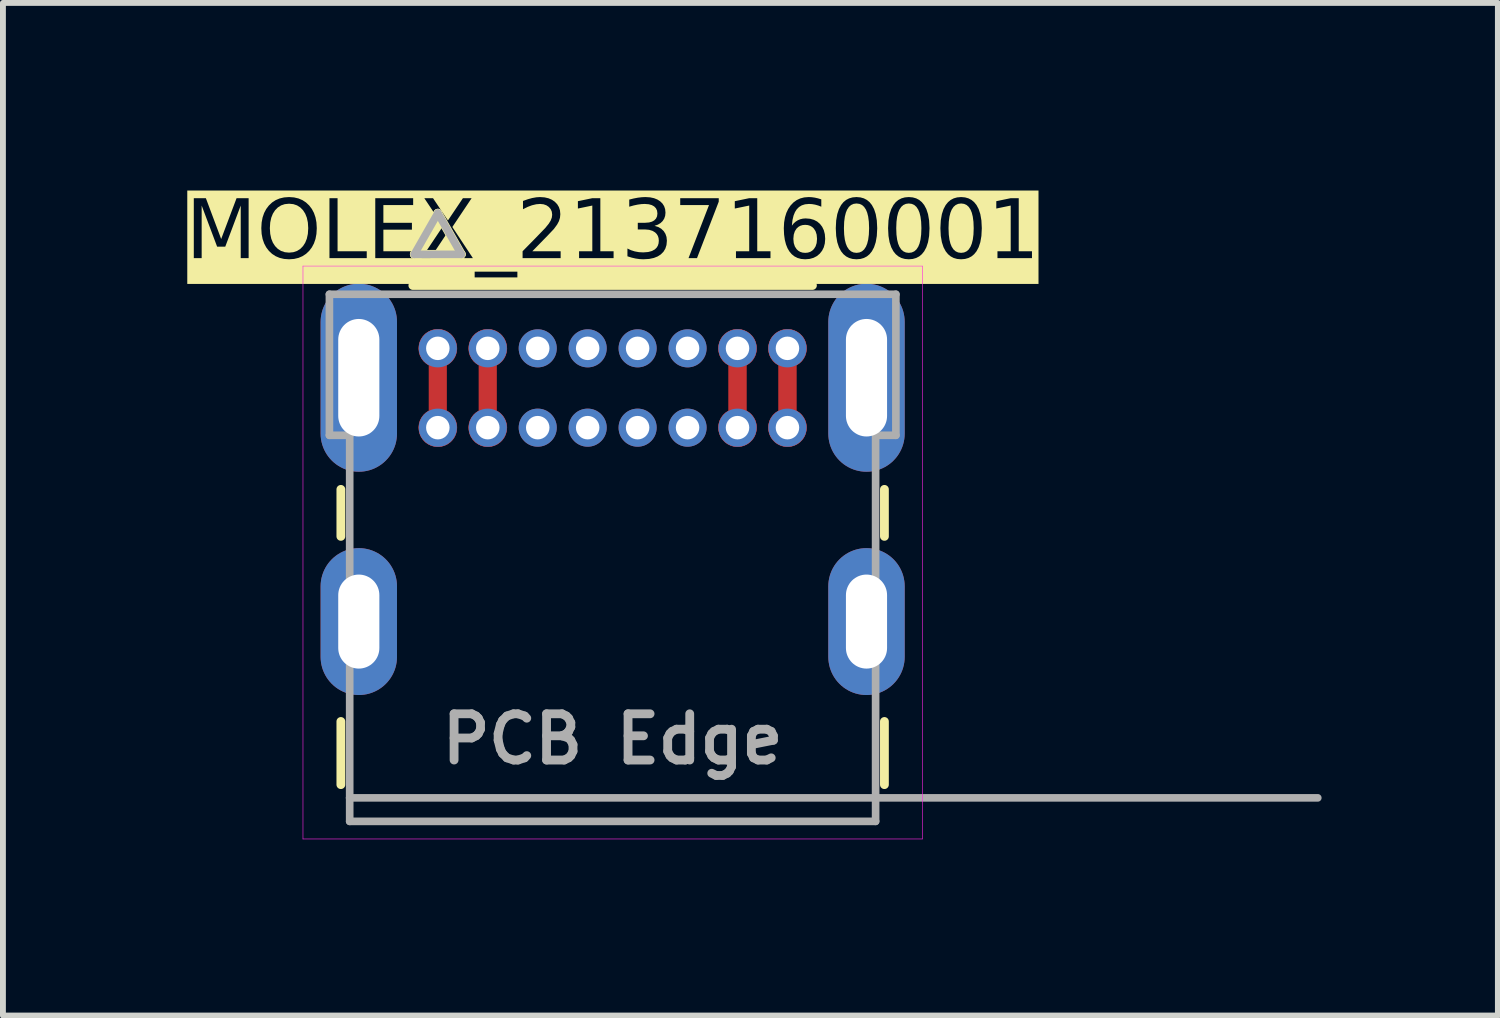
<source format=kicad_pcb>
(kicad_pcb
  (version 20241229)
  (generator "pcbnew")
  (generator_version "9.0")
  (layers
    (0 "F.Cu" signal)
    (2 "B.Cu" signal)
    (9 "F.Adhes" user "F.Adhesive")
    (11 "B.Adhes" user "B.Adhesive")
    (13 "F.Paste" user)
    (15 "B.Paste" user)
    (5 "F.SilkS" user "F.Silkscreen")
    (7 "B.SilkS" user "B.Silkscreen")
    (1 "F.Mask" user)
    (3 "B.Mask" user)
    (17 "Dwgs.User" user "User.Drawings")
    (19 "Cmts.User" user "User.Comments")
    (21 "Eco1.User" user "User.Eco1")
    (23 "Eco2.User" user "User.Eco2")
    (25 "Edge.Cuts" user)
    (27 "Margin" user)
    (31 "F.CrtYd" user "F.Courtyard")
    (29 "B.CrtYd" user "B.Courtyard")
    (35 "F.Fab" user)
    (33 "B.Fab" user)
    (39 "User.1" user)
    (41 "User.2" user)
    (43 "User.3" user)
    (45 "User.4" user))
  (footprint "MOLEX_2137160001"
    (layer "F.Cu")
    (at 7.376 10.528)
    (property "Reference" "MOLEX_2137160001" (at 0 -9.6 0) (layer "F.SilkS" knockout) (effects (font (face "Futura") (size 1 1) (thickness 0.15))))
    (attr through_hole)
    (fp_poly (pts (xy -2.825 -6.587) (xy -2.775 -6.555) (xy -2.733 -6.516) (xy -2.699 -6.47) (xy -2.673 -6.419) (xy -2.657 -6.364) (xy -2.651 -6.307) (xy -2.655 -6.25) (xy -2.669 -6.194) (xy -2.692 -6.142) (xy -2.724 -6.095) (xy -2.764 -6.054) (xy -2.811 -6.021) (xy -2.863 -5.996) (xy -2.918 -5.981) (xy -2.975 -5.976) (xy -3.032 -5.981) (xy -3.087 -5.996) (xy -3.139 -6.021) (xy -3.186 -6.054) (xy -3.226 -6.095) (xy -3.258 -6.142) (xy -3.281 -6.194) (xy -3.295 -6.25) (xy -3.299 -6.307) (xy -3.293 -6.364) (xy -3.277 -6.419) (xy -3.251 -6.47) (xy -3.217 -6.516) (xy -3.175 -6.555) (xy -3.125 -6.587) (xy -3.125 -7.363) (xy -3.175 -7.395) (xy -3.217 -7.434) (xy -3.251 -7.48) (xy -3.277 -7.531) (xy -3.293 -7.586) (xy -3.299 -7.643) (xy -3.295 -7.7) (xy -3.281 -7.756) (xy -3.258 -7.808) (xy -3.226 -7.855) (xy -3.186 -7.896) (xy -3.139 -7.929) (xy -3.087 -7.954) (xy -3.032 -7.969) (xy -2.975 -7.974) (xy -2.918 -7.969) (xy -2.863 -7.954) (xy -2.811 -7.929) (xy -2.764 -7.896) (xy -2.724 -7.855) (xy -2.692 -7.808) (xy -2.669 -7.756) (xy -2.655 -7.7) (xy -2.651 -7.643) (xy -2.657 -7.586) (xy -2.673 -7.531) (xy -2.699 -7.48) (xy -2.733 -7.434) (xy -2.775 -7.395) (xy -2.825 -7.363) (xy -2.825 -6.587) (xy -2.825 -6.587)) (stroke (width 0.01) (type solid)) (fill yes) (layer "F.Cu"))
    (fp_poly (pts (xy -1.975 -6.587) (xy -1.925 -6.555) (xy -1.883 -6.516) (xy -1.849 -6.47) (xy -1.823 -6.419) (xy -1.807 -6.364) (xy -1.801 -6.307) (xy -1.805 -6.25) (xy -1.819 -6.194) (xy -1.842 -6.142) (xy -1.874 -6.095) (xy -1.914 -6.054) (xy -1.961 -6.021) (xy -2.013 -5.996) (xy -2.068 -5.981) (xy -2.125 -5.976) (xy -2.182 -5.981) (xy -2.237 -5.996) (xy -2.289 -6.021) (xy -2.336 -6.054) (xy -2.376 -6.095) (xy -2.408 -6.142) (xy -2.431 -6.194) (xy -2.445 -6.25) (xy -2.449 -6.307) (xy -2.443 -6.364) (xy -2.427 -6.419) (xy -2.401 -6.47) (xy -2.367 -6.516) (xy -2.325 -6.555) (xy -2.275 -6.587) (xy -2.275 -7.363) (xy -2.325 -7.395) (xy -2.367 -7.434) (xy -2.401 -7.48) (xy -2.427 -7.531) (xy -2.443 -7.586) (xy -2.449 -7.643) (xy -2.445 -7.7) (xy -2.431 -7.756) (xy -2.408 -7.808) (xy -2.376 -7.855) (xy -2.336 -7.896) (xy -2.289 -7.929) (xy -2.237 -7.954) (xy -2.182 -7.969) (xy -2.125 -7.974) (xy -2.068 -7.969) (xy -2.013 -7.954) (xy -1.961 -7.929) (xy -1.914 -7.896) (xy -1.874 -7.855) (xy -1.842 -7.808) (xy -1.819 -7.756) (xy -1.805 -7.7) (xy -1.801 -7.643) (xy -1.807 -7.586) (xy -1.823 -7.531) (xy -1.849 -7.48) (xy -1.883 -7.434) (xy -1.925 -7.395) (xy -1.975 -7.363) (xy -1.975 -6.587) (xy -1.975 -6.587)) (stroke (width 0.01) (type solid)) (fill yes) (layer "F.Cu"))
    (fp_poly (pts (xy 1.975 -7.363) (xy 1.975 -6.587) (xy 1.925 -6.555) (xy 1.883 -6.516) (xy 1.849 -6.47) (xy 1.823 -6.419) (xy 1.807 -6.364) (xy 1.801 -6.307) (xy 1.805 -6.25) (xy 1.819 -6.194) (xy 1.842 -6.142) (xy 1.874 -6.095) (xy 1.914 -6.054) (xy 1.961 -6.021) (xy 2.013 -5.996) (xy 2.068 -5.981) (xy 2.125 -5.976) (xy 2.182 -5.981) (xy 2.237 -5.996) (xy 2.289 -6.021) (xy 2.336 -6.054) (xy 2.376 -6.095) (xy 2.408 -6.142) (xy 2.431 -6.194) (xy 2.445 -6.25) (xy 2.449 -6.307) (xy 2.443 -6.364) (xy 2.427 -6.419) (xy 2.401 -6.47) (xy 2.367 -6.516) (xy 2.325 -6.555) (xy 2.275 -6.587) (xy 2.275 -7.363) (xy 2.325 -7.395) (xy 2.367 -7.434) (xy 2.401 -7.48) (xy 2.427 -7.531) (xy 2.443 -7.586) (xy 2.449 -7.643) (xy 2.445 -7.7) (xy 2.431 -7.756) (xy 2.408 -7.808) (xy 2.376 -7.855) (xy 2.336 -7.896) (xy 2.289 -7.929) (xy 2.237 -7.954) (xy 2.182 -7.969) (xy 2.125 -7.974) (xy 2.068 -7.969) (xy 2.013 -7.954) (xy 1.961 -7.929) (xy 1.914 -7.896) (xy 1.874 -7.855) (xy 1.842 -7.808) (xy 1.819 -7.756) (xy 1.805 -7.7) (xy 1.801 -7.643) (xy 1.807 -7.586) (xy 1.823 -7.531) (xy 1.849 -7.48) (xy 1.883 -7.434) (xy 1.925 -7.395) (xy 1.975 -7.363) (xy 1.975 -7.363)) (stroke (width 0.01) (type solid)) (fill yes) (layer "F.Cu"))
    (fp_poly (pts (xy 3.125 -6.587) (xy 3.175 -6.555) (xy 3.217 -6.516) (xy 3.251 -6.47) (xy 3.277 -6.419) (xy 3.293 -6.364) (xy 3.299 -6.307) (xy 3.295 -6.25) (xy 3.281 -6.194) (xy 3.258 -6.142) (xy 3.226 -6.095) (xy 3.186 -6.054) (xy 3.139 -6.021) (xy 3.087 -5.996) (xy 3.032 -5.981) (xy 2.975 -5.976) (xy 2.918 -5.981) (xy 2.863 -5.996) (xy 2.811 -6.021) (xy 2.764 -6.054) (xy 2.724 -6.095) (xy 2.692 -6.142) (xy 2.669 -6.194) (xy 2.655 -6.25) (xy 2.651 -6.307) (xy 2.657 -6.364) (xy 2.673 -6.419) (xy 2.699 -6.47) (xy 2.733 -6.516) (xy 2.775 -6.555) (xy 2.825 -6.587) (xy 2.825 -7.363) (xy 2.775 -7.395) (xy 2.733 -7.434) (xy 2.699 -7.48) (xy 2.673 -7.531) (xy 2.657 -7.586) (xy 2.651 -7.643) (xy 2.655 -7.7) (xy 2.669 -7.756) (xy 2.692 -7.808) (xy 2.724 -7.855) (xy 2.764 -7.896) (xy 2.811 -7.929) (xy 2.863 -7.954) (xy 2.918 -7.969) (xy 2.975 -7.974) (xy 3.032 -7.969) (xy 3.087 -7.954) (xy 3.139 -7.929) (xy 3.186 -7.896) (xy 3.226 -7.855) (xy 3.258 -7.808) (xy 3.281 -7.756) (xy 3.295 -7.7) (xy 3.299 -7.643) (xy 3.293 -7.586) (xy 3.277 -7.531) (xy 3.251 -7.48) (xy 3.217 -7.434) (xy 3.175 -7.395) (xy 3.125 -7.363) (xy 3.125 -6.587) (xy 3.125 -6.587)) (stroke (width 0.01) (type solid)) (fill yes) (layer "F.Cu"))
    (fp_circle (center -1.275 -7.65) (end -1.081 -7.65) (stroke (width 0.388) (type solid)) (fill no) (layer "F.Mask"))
    (fp_circle (center -1.275 -6.3) (end -1.081 -6.3) (stroke (width 0.388) (type solid)) (fill no) (layer "F.Mask"))
    (fp_circle (center -0.425 -7.65) (end -0.231 -7.65) (stroke (width 0.388) (type solid)) (fill no) (layer "F.Mask"))
    (fp_circle (center -0.425 -6.3) (end -0.231 -6.3) (stroke (width 0.388) (type solid)) (fill no) (layer "F.Mask"))
    (fp_circle (center 0.425 -7.65) (end 0.619 -7.65) (stroke (width 0.388) (type solid)) (fill no) (layer "F.Mask"))
    (fp_circle (center 0.425 -6.3) (end 0.619 -6.3) (stroke (width 0.388) (type solid)) (fill no) (layer "F.Mask"))
    (fp_circle (center 1.275 -7.65) (end 1.469 -7.65) (stroke (width 0.388) (type solid)) (fill no) (layer "F.Mask"))
    (fp_circle (center 1.275 -6.3) (end 1.469 -6.3) (stroke (width 0.388) (type solid)) (fill no) (layer "F.Mask"))
    (fp_poly (pts (xy -3.188 -7.327) (xy -3.188 -6.623) (xy -3.238 -6.584) (xy -3.283 -6.535) (xy -3.318 -6.48) (xy -3.344 -6.418) (xy -3.359 -6.354) (xy -3.362 -6.288) (xy -3.355 -6.222) (xy -3.336 -6.159) (xy -3.306 -6.099) (xy -3.267 -6.046) (xy -3.22 -6) (xy -3.165 -5.962) (xy -3.105 -5.935) (xy -3.041 -5.918) (xy -2.975 -5.912) (xy -2.909 -5.918) (xy -2.845 -5.935) (xy -2.785 -5.962) (xy -2.73 -6) (xy -2.683 -6.046) (xy -2.644 -6.099) (xy -2.614 -6.159) (xy -2.595 -6.222) (xy -2.588 -6.288) (xy -2.591 -6.354) (xy -2.606 -6.418) (xy -2.632 -6.48) (xy -2.667 -6.535) (xy -2.712 -6.584) (xy -2.761 -6.623) (xy -2.761 -7.327) (xy -2.712 -7.366) (xy -2.667 -7.415) (xy -2.632 -7.47) (xy -2.606 -7.532) (xy -2.591 -7.596) (xy -2.588 -7.662) (xy -2.595 -7.728) (xy -2.614 -7.791) (xy -2.644 -7.851) (xy -2.683 -7.904) (xy -2.73 -7.95) (xy -2.785 -7.988) (xy -2.845 -8.015) (xy -2.909 -8.032) (xy -2.975 -8.038) (xy -3.041 -8.032) (xy -3.105 -8.015) (xy -3.165 -7.988) (xy -3.22 -7.95) (xy -3.267 -7.904) (xy -3.306 -7.851) (xy -3.336 -7.791) (xy -3.355 -7.728) (xy -3.362 -7.662) (xy -3.359 -7.596) (xy -3.344 -7.532) (xy -3.318 -7.47) (xy -3.283 -7.415) (xy -3.238 -7.366) (xy -3.188 -7.327) (xy -3.188 -7.327)) (stroke (width 0.01) (type solid)) (fill yes) (layer "F.Mask"))
    (fp_poly (pts (xy -1.911 -6.623) (xy -1.862 -6.584) (xy -1.817 -6.535) (xy -1.782 -6.48) (xy -1.756 -6.418) (xy -1.741 -6.354) (xy -1.738 -6.288) (xy -1.745 -6.222) (xy -1.764 -6.159) (xy -1.794 -6.099) (xy -1.833 -6.046) (xy -1.88 -6) (xy -1.935 -5.962) (xy -1.995 -5.935) (xy -2.059 -5.918) (xy -2.125 -5.912) (xy -2.191 -5.918) (xy -2.255 -5.935) (xy -2.315 -5.962) (xy -2.37 -6) (xy -2.417 -6.046) (xy -2.456 -6.099) (xy -2.486 -6.159) (xy -2.505 -6.222) (xy -2.512 -6.288) (xy -2.509 -6.354) (xy -2.494 -6.418) (xy -2.468 -6.48) (xy -2.433 -6.535) (xy -2.388 -6.584) (xy -2.338 -6.623) (xy -2.338 -7.327) (xy -2.388 -7.366) (xy -2.433 -7.415) (xy -2.468 -7.47) (xy -2.494 -7.532) (xy -2.509 -7.596) (xy -2.512 -7.662) (xy -2.505 -7.728) (xy -2.486 -7.791) (xy -2.456 -7.851) (xy -2.417 -7.904) (xy -2.37 -7.95) (xy -2.315 -7.988) (xy -2.255 -8.015) (xy -2.191 -8.032) (xy -2.125 -8.038) (xy -2.059 -8.032) (xy -1.995 -8.015) (xy -1.935 -7.988) (xy -1.88 -7.95) (xy -1.833 -7.904) (xy -1.794 -7.851) (xy -1.764 -7.791) (xy -1.745 -7.728) (xy -1.738 -7.662) (xy -1.741 -7.596) (xy -1.756 -7.532) (xy -1.782 -7.47) (xy -1.817 -7.415) (xy -1.862 -7.366) (xy -1.911 -7.327) (xy -1.911 -6.623) (xy -1.911 -6.623)) (stroke (width 0.01) (type solid)) (fill yes) (layer "F.Mask"))
    (fp_poly (pts (xy 2.338 -6.623) (xy 2.388 -6.584) (xy 2.433 -6.535) (xy 2.468 -6.48) (xy 2.494 -6.418) (xy 2.509 -6.354) (xy 2.512 -6.288) (xy 2.505 -6.222) (xy 2.486 -6.159) (xy 2.456 -6.099) (xy 2.417 -6.046) (xy 2.37 -6) (xy 2.315 -5.962) (xy 2.255 -5.935) (xy 2.191 -5.918) (xy 2.125 -5.912) (xy 2.059 -5.918) (xy 1.995 -5.935) (xy 1.935 -5.962) (xy 1.88 -6) (xy 1.833 -6.046) (xy 1.794 -6.099) (xy 1.764 -6.159) (xy 1.745 -6.222) (xy 1.738 -6.288) (xy 1.741 -6.354) (xy 1.756 -6.418) (xy 1.782 -6.48) (xy 1.817 -6.535) (xy 1.862 -6.584) (xy 1.911 -6.623) (xy 1.911 -7.327) (xy 1.862 -7.366) (xy 1.817 -7.415) (xy 1.782 -7.47) (xy 1.756 -7.532) (xy 1.741 -7.596) (xy 1.738 -7.662) (xy 1.745 -7.728) (xy 1.764 -7.791) (xy 1.794 -7.851) (xy 1.833 -7.904) (xy 1.88 -7.95) (xy 1.935 -7.988) (xy 1.995 -8.015) (xy 2.059 -8.032) (xy 2.125 -8.038) (xy 2.191 -8.032) (xy 2.255 -8.015) (xy 2.315 -7.988) (xy 2.37 -7.95) (xy 2.417 -7.904) (xy 2.456 -7.851) (xy 2.486 -7.791) (xy 2.505 -7.728) (xy 2.512 -7.662) (xy 2.509 -7.596) (xy 2.494 -7.532) (xy 2.468 -7.47) (xy 2.433 -7.415) (xy 2.388 -7.366) (xy 2.338 -7.327) (xy 2.338 -6.623) (xy 2.338 -6.623)) (stroke (width 0.01) (type solid)) (fill yes) (layer "F.Mask"))
    (fp_poly (pts (xy 2.761 -7.327) (xy 2.761 -6.623) (xy 2.712 -6.584) (xy 2.667 -6.535) (xy 2.632 -6.48) (xy 2.606 -6.418) (xy 2.591 -6.354) (xy 2.588 -6.288) (xy 2.595 -6.222) (xy 2.614 -6.159) (xy 2.644 -6.099) (xy 2.683 -6.046) (xy 2.73 -6) (xy 2.785 -5.962) (xy 2.845 -5.935) (xy 2.909 -5.918) (xy 2.975 -5.912) (xy 3.041 -5.918) (xy 3.105 -5.935) (xy 3.165 -5.962) (xy 3.22 -6) (xy 3.267 -6.046) (xy 3.306 -6.099) (xy 3.336 -6.159) (xy 3.355 -6.222) (xy 3.362 -6.288) (xy 3.359 -6.354) (xy 3.344 -6.418) (xy 3.318 -6.48) (xy 3.283 -6.535) (xy 3.238 -6.584) (xy 3.188 -6.623) (xy 3.188 -7.327) (xy 3.238 -7.366) (xy 3.283 -7.415) (xy 3.318 -7.47) (xy 3.344 -7.532) (xy 3.359 -7.596) (xy 3.362 -7.662) (xy 3.355 -7.728) (xy 3.336 -7.791) (xy 3.306 -7.851) (xy 3.267 -7.904) (xy 3.22 -7.95) (xy 3.165 -7.988) (xy 3.105 -8.015) (xy 3.041 -8.032) (xy 2.975 -8.038) (xy 2.909 -8.032) (xy 2.845 -8.015) (xy 2.785 -7.988) (xy 2.73 -7.95) (xy 2.683 -7.904) (xy 2.644 -7.851) (xy 2.614 -7.791) (xy 2.595 -7.728) (xy 2.588 -7.662) (xy 2.591 -7.596) (xy 2.606 -7.532) (xy 2.632 -7.47) (xy 2.667 -7.415) (xy 2.712 -7.366) (xy 2.761 -7.327) (xy 2.761 -7.327)) (stroke (width 0.01) (type solid)) (fill yes) (layer "F.Mask"))
    (fp_circle (center -2.975 -7.65) (end -2.781 -7.65) (stroke (width 0.388) (type solid)) (fill no) (layer "B.Mask"))
    (fp_circle (center -2.975 -6.3) (end -2.781 -6.3) (stroke (width 0.388) (type solid)) (fill no) (layer "B.Mask"))
    (fp_circle (center -2.125 -7.65) (end -1.931 -7.65) (stroke (width 0.388) (type solid)) (fill no) (layer "B.Mask"))
    (fp_circle (center -2.125 -6.3) (end -1.931 -6.3) (stroke (width 0.388) (type solid)) (fill no) (layer "B.Mask"))
    (fp_circle (center -1.275 -7.65) (end -1.081 -7.65) (stroke (width 0.388) (type solid)) (fill no) (layer "B.Mask"))
    (fp_circle (center -1.275 -6.3) (end -1.081 -6.3) (stroke (width 0.388) (type solid)) (fill no) (layer "B.Mask"))
    (fp_circle (center -0.425 -7.65) (end -0.231 -7.65) (stroke (width 0.388) (type solid)) (fill no) (layer "B.Mask"))
    (fp_circle (center -0.425 -6.3) (end -0.231 -6.3) (stroke (width 0.388) (type solid)) (fill no) (layer "B.Mask"))
    (fp_circle (center 0.425 -7.65) (end 0.619 -7.65) (stroke (width 0.388) (type solid)) (fill no) (layer "B.Mask"))
    (fp_circle (center 0.425 -6.3) (end 0.619 -6.3) (stroke (width 0.388) (type solid)) (fill no) (layer "B.Mask"))
    (fp_circle (center 1.275 -7.65) (end 1.469 -7.65) (stroke (width 0.388) (type solid)) (fill no) (layer "B.Mask"))
    (fp_circle (center 1.275 -6.3) (end 1.469 -6.3) (stroke (width 0.388) (type solid)) (fill no) (layer "B.Mask"))
    (fp_circle (center 2.125 -7.65) (end 2.319 -7.65) (stroke (width 0.388) (type solid)) (fill no) (layer "B.Mask"))
    (fp_circle (center 2.125 -6.3) (end 2.319 -6.3) (stroke (width 0.388) (type solid)) (fill no) (layer "B.Mask"))
    (fp_circle (center 2.975 -7.65) (end 3.169 -7.65) (stroke (width 0.388) (type solid)) (fill no) (layer "B.Mask"))
    (fp_circle (center 2.975 -6.3) (end 3.169 -6.3) (stroke (width 0.388) (type solid)) (fill no) (layer "B.Mask"))
    (fp_line (start -4.625 -5.25) (end -4.625 -4.45) (stroke (width 0.15) (type solid)) (layer "F.SilkS"))
    (fp_line (start -4.625 -0.225) (end -4.625 -1.3) (stroke (width 0.15) (type solid)) (layer "F.SilkS"))
    (fp_line (start -3.375 -9.25) (end -2.575 -9.25) (stroke (width 0.15) (type solid)) (layer "F.SilkS"))
    (fp_line (start -2.975 -9.95) (end -3.375 -9.25) (stroke (width 0.15) (type solid)) (layer "F.SilkS"))
    (fp_line (start -2.575 -9.25) (end -2.975 -9.95) (stroke (width 0.15) (type solid)) (layer "F.SilkS"))
    (fp_line (start 3.4 -8.72) (end -3.4 -8.72) (stroke (width 0.15) (type solid)) (layer "F.SilkS"))
    (fp_line (start 4.625 -4.45) (end 4.625 -5.25) (stroke (width 0.15) (type solid)) (layer "F.SilkS"))
    (fp_line (start 4.625 -0.225) (end 4.625 -1.3) (stroke (width 0.15) (type solid)) (layer "F.SilkS"))
    (fp_line (start -5.27 -9.05) (end -5.27 0.7) (stroke (width 0.01) (type solid)) (layer "F.CrtYd"))
    (fp_line (start -5.27 0.7) (end 5.27 0.7) (stroke (width 0.01) (type solid)) (layer "F.CrtYd"))
    (fp_line (start 5.27 -9.05) (end -5.27 -9.05) (stroke (width 0.01) (type solid)) (layer "F.CrtYd"))
    (fp_line (start 5.27 0.7) (end 5.27 -9.05) (stroke (width 0.01) (type solid)) (layer "F.CrtYd"))
    (fp_line (start -4.82 -8.57) (end -4.82 -6.17) (stroke (width 0.13) (type solid)) (layer "F.Fab"))
    (fp_line (start -4.82 -6.17) (end -4.475 -6.17) (stroke (width 0.13) (type solid)) (layer "F.Fab"))
    (fp_line (start -4.475 -6.17) (end -4.475 0) (stroke (width 0.13) (type solid)) (layer "F.Fab"))
    (fp_line (start -4.475 0) (end -4.475 0.4) (stroke (width 0.13) (type solid)) (layer "F.Fab"))
    (fp_line (start -4.475 0) (end 12 0) (stroke (width 0.13) (type solid)) (layer "F.Fab"))
    (fp_line (start -4.475 0.4) (end 4.475 0.4) (stroke (width 0.13) (type solid)) (layer "F.Fab"))
    (fp_line (start -3.375 -9.25) (end -2.575 -9.25) (stroke (width 0.13) (type solid)) (layer "F.Fab"))
    (fp_line (start -2.975 -9.95) (end -3.375 -9.25) (stroke (width 0.13) (type solid)) (layer "F.Fab"))
    (fp_line (start -2.575 -9.25) (end -2.975 -9.95) (stroke (width 0.13) (type solid)) (layer "F.Fab"))
    (fp_line (start 4.475 0.4) (end 4.475 -6.17) (stroke (width 0.13) (type solid)) (layer "F.Fab"))
    (fp_line (start 4.82 -8.57) (end -4.82 -8.57) (stroke (width 0.13) (type solid)) (layer "F.Fab"))
    (fp_line (start 4.82 -8.57) (end 4.82 -6.17) (stroke (width 0.13) (type solid)) (layer "F.Fab"))
    (fp_line (start 4.82 -6.17) (end 4.475 -6.17) (stroke (width 0.13) (type solid)) (layer "F.Fab"))
    (fp_text user "PCB Edge" (at 0 -1 0) (layer "F.Fab") (effects (font (size 0.787 0.787) (thickness 0.15))))
    (pad "A1" thru_hole circle (at -2.975 -7.65) (size 0.648 0.648) (drill 0.4) (layers "*.Cu"))
    (pad "A4" thru_hole circle (at -2.125 -7.65) (size 0.648 0.648) (drill 0.4) (layers "*.Cu"))
    (pad "A5" thru_hole circle (at -1.275 -7.65) (size 0.648 0.648) (drill 0.4) (layers "*.Cu"))
    (pad "A6" thru_hole circle (at -0.425 -7.65) (size 0.648 0.648) (drill 0.4) (layers "*.Cu"))
    (pad "A7" thru_hole circle (at 0.425 -7.65) (size 0.648 0.648) (drill 0.4) (layers "*.Cu"))
    (pad "A8" thru_hole circle (at 1.275 -7.65) (size 0.648 0.648) (drill 0.4) (layers "*.Cu"))
    (pad "A9" thru_hole circle (at 2.125 -7.65) (size 0.648 0.648) (drill 0.4) (layers "*.Cu"))
    (pad "A12" thru_hole circle (at 2.975 -7.65) (size 0.648 0.648) (drill 0.4) (layers "*.Cu"))
    (pad "B1" thru_hole circle (at 2.975 -6.3) (size 0.648 0.648) (drill 0.4) (layers "*.Cu"))
    (pad "B4" thru_hole circle (at 2.125 -6.3) (size 0.648 0.648) (drill 0.4) (layers "*.Cu"))
    (pad "B5" thru_hole circle (at 1.275 -6.3) (size 0.648 0.648) (drill 0.4) (layers "*.Cu"))
    (pad "B6" thru_hole circle (at 0.425 -6.3) (size 0.648 0.648) (drill 0.4) (layers "*.Cu"))
    (pad "B7" thru_hole circle (at -0.425 -6.3) (size 0.648 0.648) (drill 0.4) (layers "*.Cu"))
    (pad "B8" thru_hole circle (at -1.275 -6.3) (size 0.648 0.648) (drill 0.4) (layers "*.Cu"))
    (pad "B9" thru_hole circle (at -2.125 -6.3) (size 0.648 0.648) (drill 0.4) (layers "*.Cu"))
    (pad "B12" thru_hole circle (at -2.975 -6.3) (size 0.648 0.648) (drill 0.4) (layers "*.Cu"))
    (pad "SH1" thru_hole oval (at -4.32 -3) (size 1.3 2.5) (drill oval 0.7 1.6) (layers "*.Cu" "*.Mask"))
    (pad "SH2" thru_hole oval (at 4.32 -3) (size 1.3 2.5) (drill oval 0.7 1.6) (layers "*.Cu" "*.Mask"))
    (pad "SH3" thru_hole oval (at -4.32 -7.15) (size 1.3 3.2) (drill oval 0.7 2) (layers "*.Cu" "*.Mask"))
    (pad "SH4" thru_hole oval (at 4.32 -7.15) (size 1.3 3.2) (drill oval 0.7 2) (layers "*.Cu" "*.Mask")))
  (gr_rect
    (start -3 -3)
    (end 22.441 14.233)
    (stroke (width 0.1) (type default))
    (fill no)
    (layer "Edge.Cuts")))
</source>
